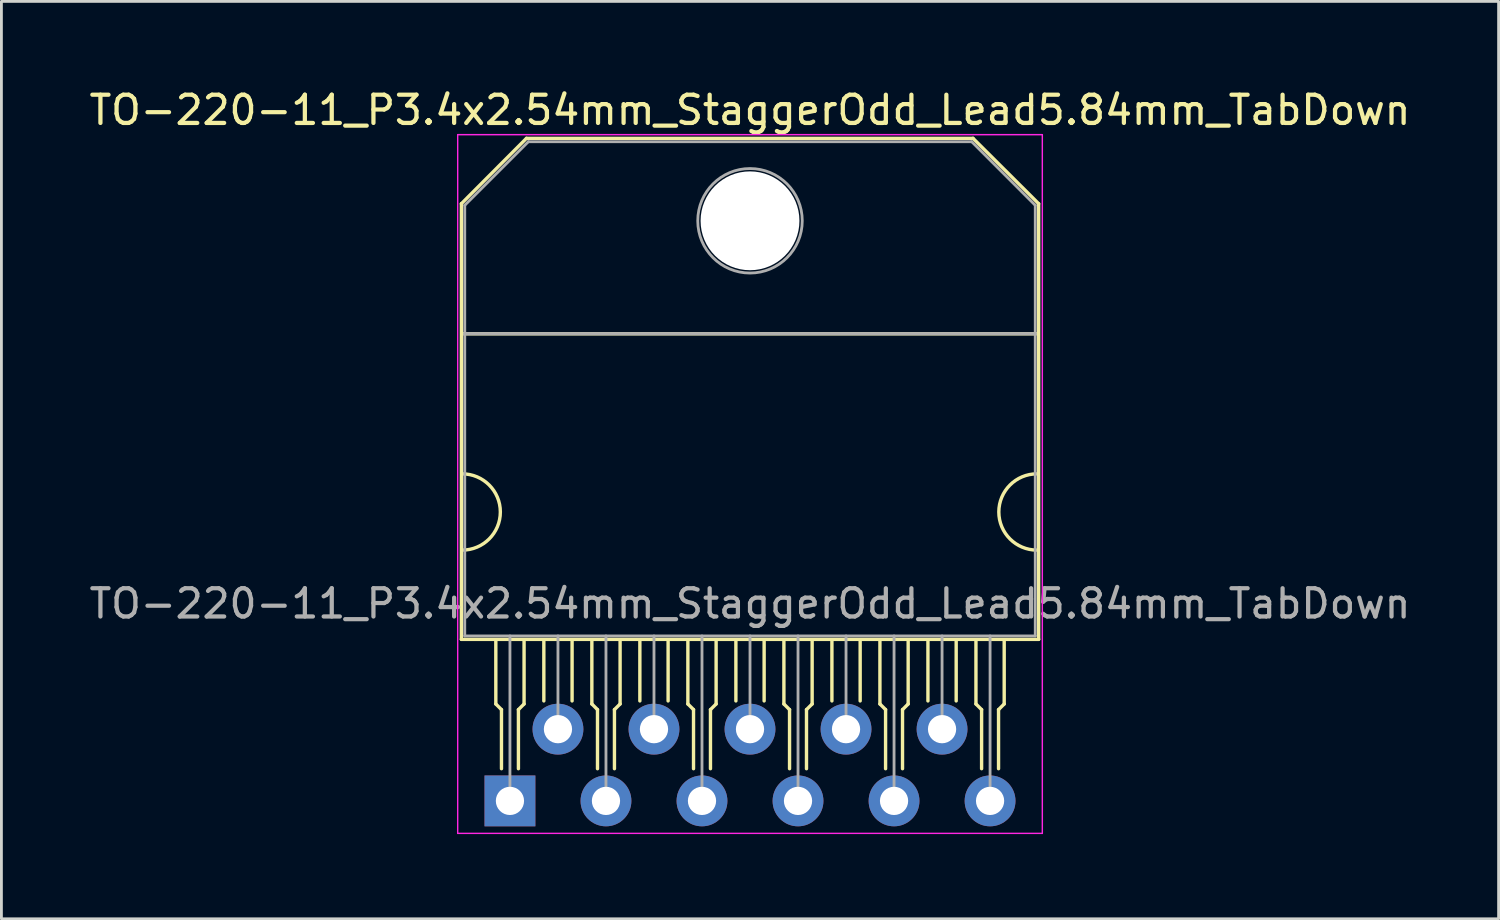
<source format=kicad_pcb>
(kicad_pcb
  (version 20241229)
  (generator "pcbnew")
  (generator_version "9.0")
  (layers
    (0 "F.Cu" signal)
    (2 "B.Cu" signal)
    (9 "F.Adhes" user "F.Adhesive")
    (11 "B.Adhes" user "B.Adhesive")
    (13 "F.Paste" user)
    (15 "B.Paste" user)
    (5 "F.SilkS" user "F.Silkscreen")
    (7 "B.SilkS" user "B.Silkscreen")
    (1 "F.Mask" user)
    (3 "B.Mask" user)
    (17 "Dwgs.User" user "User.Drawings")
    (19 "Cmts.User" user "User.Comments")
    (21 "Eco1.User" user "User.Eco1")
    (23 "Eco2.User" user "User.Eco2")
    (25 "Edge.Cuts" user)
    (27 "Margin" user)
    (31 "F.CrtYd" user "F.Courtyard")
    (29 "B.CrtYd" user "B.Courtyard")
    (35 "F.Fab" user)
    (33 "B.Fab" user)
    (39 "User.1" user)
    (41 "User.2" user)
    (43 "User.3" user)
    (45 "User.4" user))
  (footprint "TO-220-11_P3.4x2.54mm_StaggerOdd_Lead5.84mm_TabDown"
    (layer "F.Cu")
    (at 15.006 25.308)
    (property "Reference" "TO-220-11_P3.4x2.54mm_StaggerOdd_Lead5.84mm_TabDown" (at 8.5 -24.46 0) (layer "F.SilkS") (effects (font (size 1 1) (thickness 0.15))))
    (attr through_hole)
    (fp_line (start -1.72 -21.145) (end -1.72 -5.72) (stroke (width 0.12) (type solid)) (layer "F.SilkS"))
    (fp_line (start -1.72 -21.145) (end 0.585 -23.46) (stroke (width 0.12) (type solid)) (layer "F.SilkS"))
    (fp_line (start -1.72 -5.72) (end 18.72 -5.72) (stroke (width 0.12) (type solid)) (layer "F.SilkS"))
    (fp_line (start -1.69 -16.54) (end 18.66 -16.54) (stroke (width 0.12) (type solid)) (layer "F.SilkS"))
    (fp_line (start -0.5 -5.682) (end -0.5 -3.432) (stroke (width 0.12) (type solid)) (layer "F.SilkS"))
    (fp_line (start -0.5 -3.432) (end -0.3 -3.232) (stroke (width 0.12) (type solid)) (layer "F.SilkS"))
    (fp_line (start -0.3 -1.14) (end -0.3 -3.232) (stroke (width 0.12) (type solid)) (layer "F.SilkS"))
    (fp_line (start 0.3 -1.14) (end 0.3 -3.232) (stroke (width 0.12) (type solid)) (layer "F.SilkS"))
    (fp_line (start 0.5 -5.682) (end 0.5 -3.432) (stroke (width 0.12) (type solid)) (layer "F.SilkS"))
    (fp_line (start 0.5 -3.432) (end 0.3 -3.232) (stroke (width 0.12) (type solid)) (layer "F.SilkS"))
    (fp_line (start 0.585 -23.46) (end 16.396 -23.46) (stroke (width 0.12) (type solid)) (layer "F.SilkS"))
    (fp_line (start 1.2 -5.682) (end 1.2 -3.54) (stroke (width 0.12) (type solid)) (layer "F.SilkS"))
    (fp_line (start 2.2 -5.682) (end 2.2 -3.54) (stroke (width 0.12) (type solid)) (layer "F.SilkS"))
    (fp_line (start 2.9 -5.682) (end 2.9 -3.432) (stroke (width 0.12) (type solid)) (layer "F.SilkS"))
    (fp_line (start 2.9 -3.432) (end 3.1 -3.232) (stroke (width 0.12) (type solid)) (layer "F.SilkS"))
    (fp_line (start 3.1 -1.14) (end 3.1 -3.232) (stroke (width 0.12) (type solid)) (layer "F.SilkS"))
    (fp_line (start 3.7 -1.14) (end 3.7 -3.232) (stroke (width 0.12) (type solid)) (layer "F.SilkS"))
    (fp_line (start 3.9 -5.682) (end 3.9 -3.432) (stroke (width 0.12) (type solid)) (layer "F.SilkS"))
    (fp_line (start 3.9 -3.432) (end 3.7 -3.232) (stroke (width 0.12) (type solid)) (layer "F.SilkS"))
    (fp_line (start 4.6 -5.682) (end 4.6 -3.54) (stroke (width 0.12) (type solid)) (layer "F.SilkS"))
    (fp_line (start 5.6 -5.682) (end 5.6 -3.54) (stroke (width 0.12) (type solid)) (layer "F.SilkS"))
    (fp_line (start 6.3 -5.682) (end 6.3 -3.432) (stroke (width 0.12) (type solid)) (layer "F.SilkS"))
    (fp_line (start 6.3 -3.432) (end 6.5 -3.232) (stroke (width 0.12) (type solid)) (layer "F.SilkS"))
    (fp_line (start 6.5 -1.14) (end 6.5 -3.232) (stroke (width 0.12) (type solid)) (layer "F.SilkS"))
    (fp_line (start 7.1 -1.14) (end 7.1 -3.232) (stroke (width 0.12) (type solid)) (layer "F.SilkS"))
    (fp_line (start 7.3 -5.682) (end 7.3 -3.432) (stroke (width 0.12) (type solid)) (layer "F.SilkS"))
    (fp_line (start 7.3 -3.432) (end 7.1 -3.232) (stroke (width 0.12) (type solid)) (layer "F.SilkS"))
    (fp_line (start 8 -5.682) (end 8 -3.54) (stroke (width 0.12) (type solid)) (layer "F.SilkS"))
    (fp_line (start 9 -5.682) (end 9 -3.54) (stroke (width 0.12) (type solid)) (layer "F.SilkS"))
    (fp_line (start 9.7 -5.682) (end 9.7 -3.432) (stroke (width 0.12) (type solid)) (layer "F.SilkS"))
    (fp_line (start 9.7 -3.432) (end 9.9 -3.232) (stroke (width 0.12) (type solid)) (layer "F.SilkS"))
    (fp_line (start 9.9 -1.14) (end 9.9 -3.232) (stroke (width 0.12) (type solid)) (layer "F.SilkS"))
    (fp_line (start 10.5 -1.14) (end 10.5 -3.232) (stroke (width 0.12) (type solid)) (layer "F.SilkS"))
    (fp_line (start 10.7 -5.682) (end 10.7 -3.432) (stroke (width 0.12) (type solid)) (layer "F.SilkS"))
    (fp_line (start 10.7 -3.432) (end 10.5 -3.232) (stroke (width 0.12) (type solid)) (layer "F.SilkS"))
    (fp_line (start 11.4 -5.682) (end 11.4 -3.54) (stroke (width 0.12) (type solid)) (layer "F.SilkS"))
    (fp_line (start 12.4 -5.682) (end 12.4 -3.54) (stroke (width 0.12) (type solid)) (layer "F.SilkS"))
    (fp_line (start 13.1 -5.682) (end 13.1 -3.432) (stroke (width 0.12) (type solid)) (layer "F.SilkS"))
    (fp_line (start 13.1 -3.432) (end 13.3 -3.232) (stroke (width 0.12) (type solid)) (layer "F.SilkS"))
    (fp_line (start 13.3 -1.14) (end 13.3 -3.232) (stroke (width 0.12) (type solid)) (layer "F.SilkS"))
    (fp_line (start 13.9 -1.14) (end 13.9 -3.232) (stroke (width 0.12) (type solid)) (layer "F.SilkS"))
    (fp_line (start 14.1 -5.682) (end 14.1 -3.432) (stroke (width 0.12) (type solid)) (layer "F.SilkS"))
    (fp_line (start 14.1 -3.432) (end 13.9 -3.232) (stroke (width 0.12) (type solid)) (layer "F.SilkS"))
    (fp_line (start 14.8 -5.682) (end 14.8 -3.54) (stroke (width 0.12) (type solid)) (layer "F.SilkS"))
    (fp_line (start 15.8 -5.682) (end 15.8 -3.54) (stroke (width 0.12) (type solid)) (layer "F.SilkS"))
    (fp_line (start 16.5 -5.682) (end 16.5 -3.432) (stroke (width 0.12) (type solid)) (layer "F.SilkS"))
    (fp_line (start 16.5 -3.432) (end 16.7 -3.232) (stroke (width 0.12) (type solid)) (layer "F.SilkS"))
    (fp_line (start 16.7 -1.14) (end 16.7 -3.232) (stroke (width 0.12) (type solid)) (layer "F.SilkS"))
    (fp_line (start 17.3 -1.14) (end 17.3 -3.232) (stroke (width 0.12) (type solid)) (layer "F.SilkS"))
    (fp_line (start 17.5 -5.682) (end 17.5 -3.432) (stroke (width 0.12) (type solid)) (layer "F.SilkS"))
    (fp_line (start 17.5 -3.432) (end 17.3 -3.232) (stroke (width 0.12) (type solid)) (layer "F.SilkS"))
    (fp_line (start 18.72 -21.145) (end 16.396 -23.46) (stroke (width 0.12) (type solid)) (layer "F.SilkS"))
    (fp_line (start 18.72 -21.145) (end 18.72 -5.72) (stroke (width 0.12) (type solid)) (layer "F.SilkS"))
    (fp_arc (start -1.69 -11.58) (mid -0.34 -10.23) (end -1.69 -8.88) (stroke (width 0.12) (type solid)) (layer "F.SilkS"))
    (fp_arc (start 18.66 -8.88) (mid 17.31 -10.23) (end 18.66 -11.58) (stroke (width 0.12) (type solid)) (layer "F.SilkS"))
    (fp_line (start -1.85 -23.59) (end -1.85 1.15) (stroke (width 0.05) (type solid)) (layer "F.CrtYd"))
    (fp_line (start -1.85 1.15) (end 18.85 1.15) (stroke (width 0.05) (type solid)) (layer "F.CrtYd"))
    (fp_line (start 18.85 -23.59) (end -1.85 -23.59) (stroke (width 0.05) (type solid)) (layer "F.CrtYd"))
    (fp_line (start 18.85 1.15) (end 18.85 -23.59) (stroke (width 0.05) (type solid)) (layer "F.CrtYd"))
    (fp_line (start -1.6 -21.09) (end 0.651 -23.34) (stroke (width 0.1) (type solid)) (layer "F.Fab"))
    (fp_line (start -1.6 -16.54) (end -1.6 -21.09) (stroke (width 0.1) (type solid)) (layer "F.Fab"))
    (fp_line (start -1.6 -16.54) (end 18.6 -16.54) (stroke (width 0.1) (type solid)) (layer "F.Fab"))
    (fp_line (start -1.6 -5.84) (end -1.6 -16.54) (stroke (width 0.1) (type solid)) (layer "F.Fab"))
    (fp_line (start 0 -5.84) (end 0 0) (stroke (width 0.1) (type solid)) (layer "F.Fab"))
    (fp_line (start 0.651 -23.34) (end 16.351 -23.34) (stroke (width 0.1) (type solid)) (layer "F.Fab"))
    (fp_line (start 1.7 -5.84) (end 1.7 -2.54) (stroke (width 0.1) (type solid)) (layer "F.Fab"))
    (fp_line (start 3.4 -5.84) (end 3.4 0) (stroke (width 0.1) (type solid)) (layer "F.Fab"))
    (fp_line (start 5.1 -5.84) (end 5.1 -2.54) (stroke (width 0.1) (type solid)) (layer "F.Fab"))
    (fp_line (start 6.8 -5.84) (end 6.8 0) (stroke (width 0.1) (type solid)) (layer "F.Fab"))
    (fp_line (start 8.5 -5.84) (end 8.5 -2.54) (stroke (width 0.1) (type solid)) (layer "F.Fab"))
    (fp_line (start 10.2 -5.84) (end 10.2 0) (stroke (width 0.1) (type solid)) (layer "F.Fab"))
    (fp_line (start 11.9 -5.84) (end 11.9 -2.54) (stroke (width 0.1) (type solid)) (layer "F.Fab"))
    (fp_line (start 13.6 -5.84) (end 13.6 0) (stroke (width 0.1) (type solid)) (layer "F.Fab"))
    (fp_line (start 15.3 -5.84) (end 15.3 -2.54) (stroke (width 0.1) (type solid)) (layer "F.Fab"))
    (fp_line (start 16.351 -23.34) (end 18.6 -21.09) (stroke (width 0.1) (type solid)) (layer "F.Fab"))
    (fp_line (start 17 -5.84) (end 17 0) (stroke (width 0.1) (type solid)) (layer "F.Fab"))
    (fp_line (start 18.6 -21.09) (end 18.6 -16.54) (stroke (width 0.1) (type solid)) (layer "F.Fab"))
    (fp_line (start 18.6 -16.54) (end -1.6 -16.54) (stroke (width 0.1) (type solid)) (layer "F.Fab"))
    (fp_line (start 18.6 -16.54) (end 18.6 -5.84) (stroke (width 0.1) (type solid)) (layer "F.Fab"))
    (fp_line (start 18.6 -5.84) (end -1.6 -5.84) (stroke (width 0.1) (type solid)) (layer "F.Fab"))
    (fp_circle (center 8.5 -20.54) (end 10.35 -20.54) (stroke (width 0.1) (type solid)) (fill no) (layer "F.Fab"))
    (fp_text user "${REFERENCE}" (at 8.5 -6.985 0) (layer "F.Fab") (effects (font (size 1 1) (thickness 0.15))))
    (pad "" np_thru_hole oval (at 8.5 -20.54) (size 3.5 3.5) (drill 3.5) (layers "*.Cu" "*.Mask"))
    (pad "1" thru_hole rect (at 0 0) (size 1.8 1.8) (drill 1) (layers "*.Cu" "*.Mask"))
    (pad "2" thru_hole oval (at 1.7 -2.54) (size 1.8 1.8) (drill 1) (layers "*.Cu" "*.Mask"))
    (pad "3" thru_hole oval (at 3.4 0) (size 1.8 1.8) (drill 1) (layers "*.Cu" "*.Mask"))
    (pad "4" thru_hole oval (at 5.1 -2.54) (size 1.8 1.8) (drill 1) (layers "*.Cu" "*.Mask"))
    (pad "5" thru_hole oval (at 6.8 0) (size 1.8 1.8) (drill 1) (layers "*.Cu" "*.Mask"))
    (pad "6" thru_hole oval (at 8.5 -2.54) (size 1.8 1.8) (drill 1) (layers "*.Cu" "*.Mask"))
    (pad "7" thru_hole oval (at 10.2 0) (size 1.8 1.8) (drill 1) (layers "*.Cu" "*.Mask"))
    (pad "8" thru_hole oval (at 11.9 -2.54) (size 1.8 1.8) (drill 1) (layers "*.Cu" "*.Mask"))
    (pad "9" thru_hole oval (at 13.6 0) (size 1.8 1.8) (drill 1) (layers "*.Cu" "*.Mask"))
    (pad "10" thru_hole oval (at 15.3 -2.54) (size 1.8 1.8) (drill 1) (layers "*.Cu" "*.Mask"))
    (pad "11" thru_hole oval (at 17 0) (size 1.8 1.8) (drill 1) (layers "*.Cu" "*.Mask")))
  (gr_rect
    (start -3 -3)
    (end 50.012 29.483)
    (stroke (width 0.1) (type default))
    (fill no)
    (layer "Edge.Cuts")))
</source>
